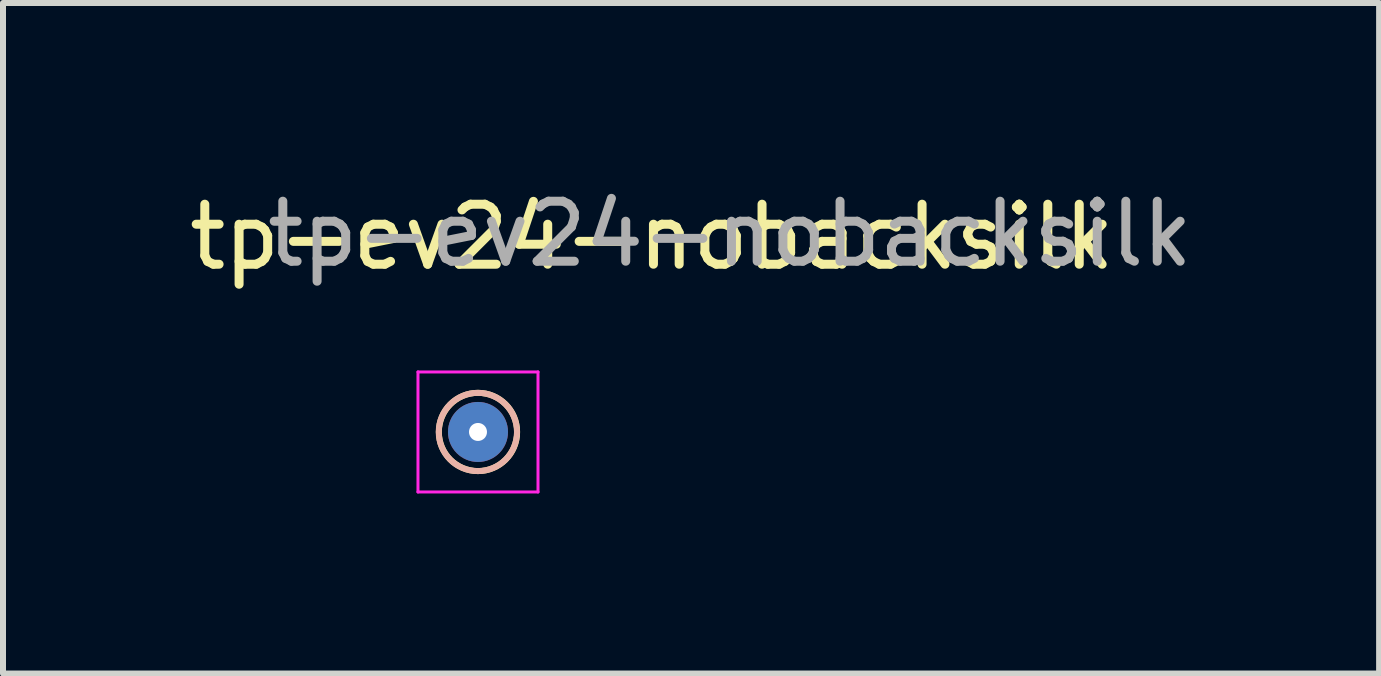
<source format=kicad_pcb>
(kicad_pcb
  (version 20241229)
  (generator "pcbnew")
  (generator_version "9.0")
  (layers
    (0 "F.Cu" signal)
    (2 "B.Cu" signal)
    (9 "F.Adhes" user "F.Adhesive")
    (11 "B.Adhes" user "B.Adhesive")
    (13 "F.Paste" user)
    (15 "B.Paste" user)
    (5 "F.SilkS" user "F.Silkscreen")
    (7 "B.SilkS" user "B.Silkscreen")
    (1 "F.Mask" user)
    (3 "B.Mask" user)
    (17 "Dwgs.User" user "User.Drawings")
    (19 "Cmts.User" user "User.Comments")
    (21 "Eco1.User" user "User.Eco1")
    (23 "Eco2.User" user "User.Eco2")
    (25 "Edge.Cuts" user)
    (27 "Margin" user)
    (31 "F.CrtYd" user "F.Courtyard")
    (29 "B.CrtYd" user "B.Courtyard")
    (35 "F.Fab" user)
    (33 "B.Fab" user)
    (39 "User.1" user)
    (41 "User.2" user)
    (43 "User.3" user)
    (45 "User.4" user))
  (footprint "tp-ev24-nobacksilk"
    (layer "F.Cu")
    (at 4.915 4.148)
    (property "Reference" "tp-ev24-nobacksilk" (at 2.9 -3.25 0) (layer "F.SilkS") (effects (font (size 1 1) (thickness 0.15))))
    (attr exclude_from_pos_files exclude_from_bom)
    (fp_circle (center 0 0) (end 0.65 -0.05) (stroke (width 0.1) (type default)) (fill no) (layer "F.SilkS"))
    (fp_circle (center -0.002 0) (end 0.65 0) (stroke (width 0.1) (type default)) (fill no) (layer "B.SilkS"))
    (fp_line (start -1 -1) (end -1 1) (stroke (width 0.05) (type solid)) (layer "F.CrtYd"))
    (fp_line (start -1 -1) (end 1 -1) (stroke (width 0.05) (type solid)) (layer "F.CrtYd"))
    (fp_line (start 1 1) (end -1 1) (stroke (width 0.05) (type solid)) (layer "F.CrtYd"))
    (fp_line (start 1 1) (end 1 -1) (stroke (width 0.05) (type solid)) (layer "F.CrtYd"))
    (fp_text user "${REFERENCE}" (at 4.2 -3.3 0) (layer "F.Fab") (effects (font (size 1 1) (thickness 0.15))))
    (pad "1" thru_hole circle (at 0 0) (size 1 1) (drill 0.3) (layers "*.Cu" "*.Mask")))
  (gr_rect
    (start -3 -3)
    (end 19.931 8.173)
    (stroke (width 0.1) (type default))
    (fill no)
    (layer "Edge.Cuts")))
</source>
